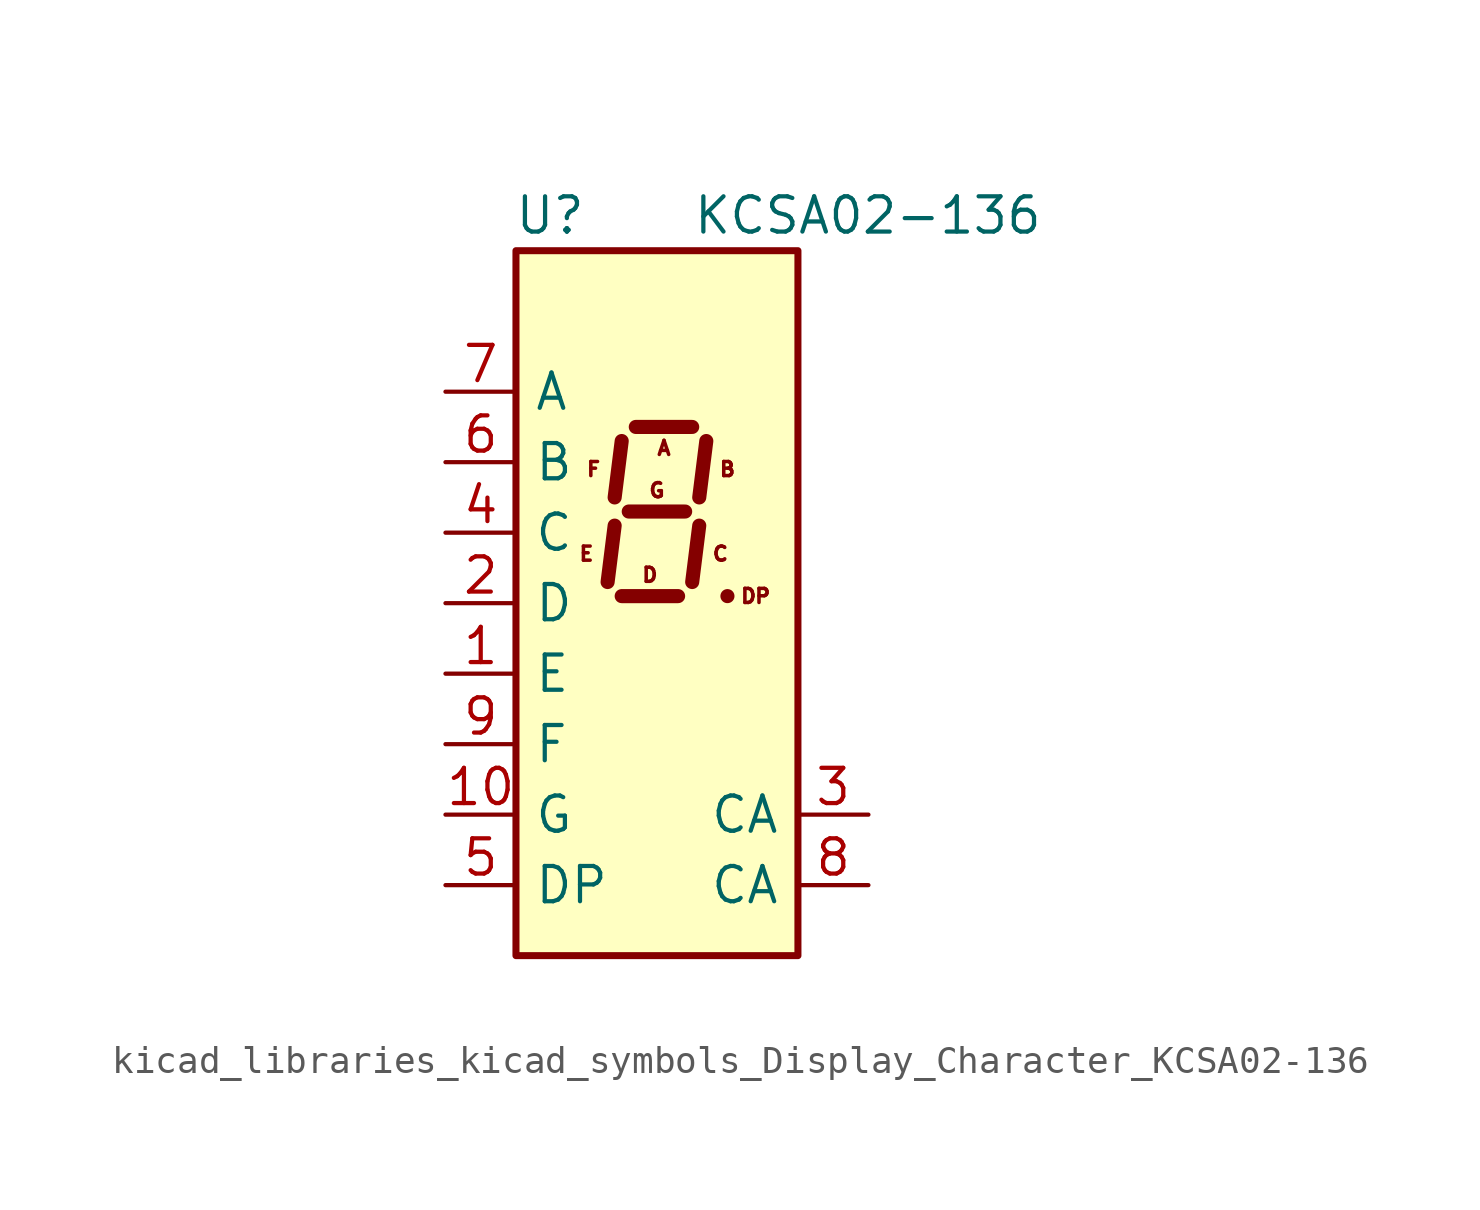
<source format=kicad_sym>
(kicad_symbol_lib
  (version 20220914)
  (generator kicad_symbol_editor)
  (symbol "kicad_libraries_kicad_symbols_Display_Character_KCSA02-136"
    (pin_names
      (offset 0.635))
    (property "Reference" "U"
      (at -2.54 13.97 0)
      (effects (font (size 1.27 1.27)) (justify right)))
    (property "Value" "KCSA02-136"
      (at 1.27 13.97 0)
      (effects (font (size 1.27 1.27)) (justify left)))
    (symbol "kicad_libraries_kicad_symbols_Display_Character_KCSA02-136_0_0"
      (text "A" (at 0.254 5.588 0) (effects (font (size 0.508 0.508))))
      (text "B" (at 2.54 4.826 0) (effects (font (size 0.508 0.508))))
      (text "C" (at 2.286 1.778 0) (effects (font (size 0.508 0.508))))
      (text "D" (at -0.254 1.016 0) (effects (font (size 0.508 0.508))))
      (text "DP" (at 3.556 0.254 0) (effects (font (size 0.508 0.508))))
      (text "E" (at -2.54 1.778 0) (effects (font (size 0.508 0.508))))
      (text "F" (at -2.286 4.826 0) (effects (font (size 0.508 0.508))))
      (text "G" (at 0 4.064 0) (effects (font (size 0.508 0.508)))))
    (symbol "kicad_libraries_kicad_symbols_Display_Character_KCSA02-136_0_1"
      (rectangle (start -5.08 12.7) (end 5.08 -12.7) (stroke (width 0.254) (type default)) (fill (type background)))
      (polyline (pts (xy -1.524 2.794) (xy -1.778 0.762)) (stroke (width 0.508) (type default)) (fill (type none)))
      (polyline (pts (xy -1.27 0.254) (xy 0.762 0.254)) (stroke (width 0.508) (type default)) (fill (type none)))
      (polyline (pts (xy -1.27 5.842) (xy -1.524 3.81)) (stroke (width 0.508) (type default)) (fill (type none)))
      (polyline (pts (xy -1.016 3.302) (xy 1.016 3.302)) (stroke (width 0.508) (type default)) (fill (type none)))
      (polyline (pts (xy -0.762 6.35) (xy 1.27 6.35)) (stroke (width 0.508) (type default)) (fill (type none)))
      (polyline (pts (xy 1.524 2.794) (xy 1.27 0.762)) (stroke (width 0.508) (type default)) (fill (type none)))
      (polyline (pts (xy 1.778 5.842) (xy 1.524 3.81)) (stroke (width 0.508) (type default)) (fill (type none)))
      (polyline (pts (xy 2.54 0.254) (xy 2.54 0.254)) (stroke (width 0.508) (type default)) (fill (type none))))
    (symbol "kicad_libraries_kicad_symbols_Display_Character_KCSA02-136_1_1"
      (pin input line (at -7.62 -2.54 0) (length 2.54) (name "E" (effects (font (size 1.27 1.27)))) (number "1" (effects (font (size 1.27 1.27)))))
      (pin input line (at -7.62 -7.62 0) (length 2.54) (name "G" (effects (font (size 1.27 1.27)))) (number "10" (effects (font (size 1.27 1.27)))))
      (pin input line (at -7.62 0 0) (length 2.54) (name "D" (effects (font (size 1.27 1.27)))) (number "2" (effects (font (size 1.27 1.27)))))
      (pin input line (at 7.62 -7.62 180) (length 2.54) (name "CA" (effects (font (size 1.27 1.27)))) (number "3" (effects (font (size 1.27 1.27)))))
      (pin input line (at -7.62 2.54 0) (length 2.54) (name "C" (effects (font (size 1.27 1.27)))) (number "4" (effects (font (size 1.27 1.27)))))
      (pin input line (at -7.62 -10.16 0) (length 2.54) (name "DP" (effects (font (size 1.27 1.27)))) (number "5" (effects (font (size 1.27 1.27)))))
      (pin input line (at -7.62 5.08 0) (length 2.54) (name "B" (effects (font (size 1.27 1.27)))) (number "6" (effects (font (size 1.27 1.27)))))
      (pin input line (at -7.62 7.62 0) (length 2.54) (name "A" (effects (font (size 1.27 1.27)))) (number "7" (effects (font (size 1.27 1.27)))))
      (pin input line (at 7.62 -10.16 180) (length 2.54) (name "CA" (effects (font (size 1.27 1.27)))) (number "8" (effects (font (size 1.27 1.27)))))
      (pin input line (at -7.62 -5.08 0) (length 2.54) (name "F" (effects (font (size 1.27 1.27)))) (number "9" (effects (font (size 1.27 1.27))))))))
</source>
